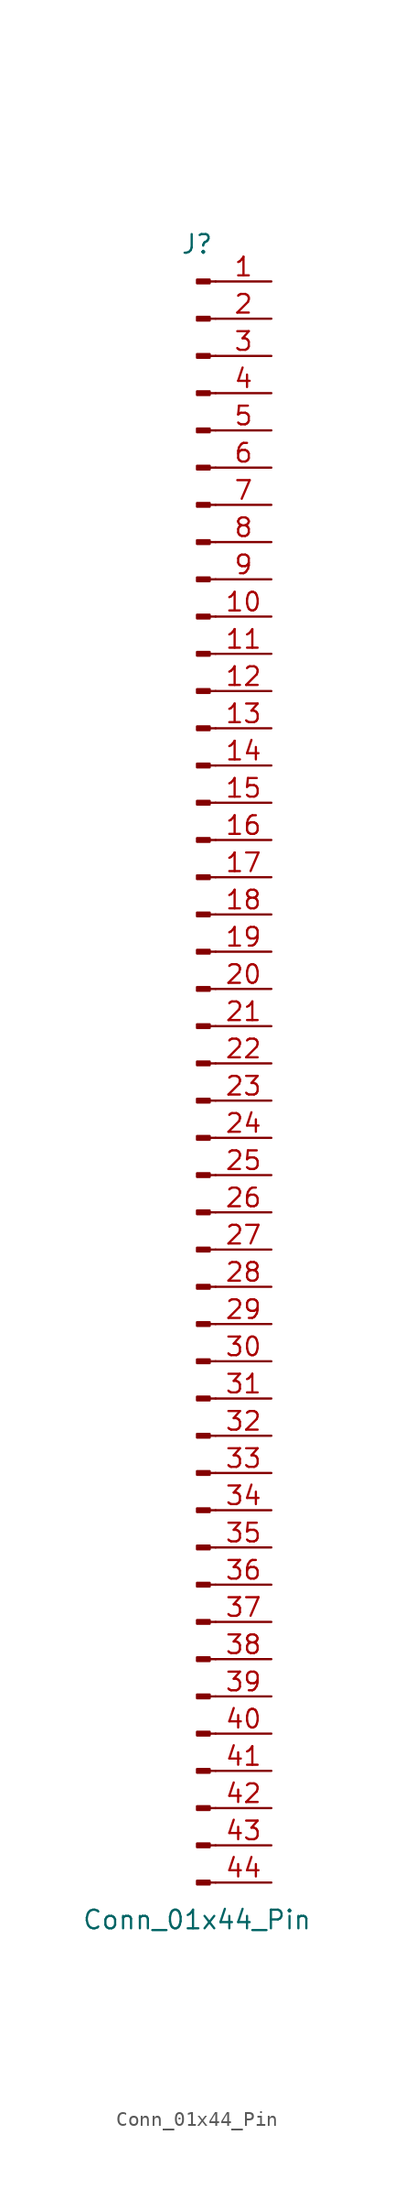
<source format=kicad_sym>
(kicad_symbol_lib
  (version 20241209)
  (generator "kicad_symbol_editor")
  (generator_version "9.0")
  (symbol "Conn_01x44_Pin"
    (pin_names
      (offset 1.016)
      (hide yes))
    (property "Reference" "J"
      (at 0 55.88 0)
      (effects (font (size 1.27 1.27))))
    (property "Value" "Conn_01x44_Pin"
      (at 0 -58.42 0)
      (effects (font (size 1.27 1.27))))
    (property "ki_locked" ""
      (at 0 0 0)
      (effects (font (size 1.27 1.27))))
    (symbol "Conn_01x44_Pin_1_1"
      (rectangle (start 0.864 53.467) (end 0 53.213) (stroke (width 0.152) (type default)) (fill (type outline)))
      (rectangle (start 0.864 50.927) (end 0 50.673) (stroke (width 0.152) (type default)) (fill (type outline)))
      (rectangle (start 0.864 48.387) (end 0 48.133) (stroke (width 0.152) (type default)) (fill (type outline)))
      (rectangle (start 0.864 45.847) (end 0 45.593) (stroke (width 0.152) (type default)) (fill (type outline)))
      (rectangle (start 0.864 43.307) (end 0 43.053) (stroke (width 0.152) (type default)) (fill (type outline)))
      (rectangle (start 0.864 40.767) (end 0 40.513) (stroke (width 0.152) (type default)) (fill (type outline)))
      (rectangle (start 0.864 38.227) (end 0 37.973) (stroke (width 0.152) (type default)) (fill (type outline)))
      (rectangle (start 0.864 35.687) (end 0 35.433) (stroke (width 0.152) (type default)) (fill (type outline)))
      (rectangle (start 0.864 33.147) (end 0 32.893) (stroke (width 0.152) (type default)) (fill (type outline)))
      (rectangle (start 0.864 30.607) (end 0 30.353) (stroke (width 0.152) (type default)) (fill (type outline)))
      (rectangle (start 0.864 28.067) (end 0 27.813) (stroke (width 0.152) (type default)) (fill (type outline)))
      (rectangle (start 0.864 25.527) (end 0 25.273) (stroke (width 0.152) (type default)) (fill (type outline)))
      (rectangle (start 0.864 22.987) (end 0 22.733) (stroke (width 0.152) (type default)) (fill (type outline)))
      (rectangle (start 0.864 20.447) (end 0 20.193) (stroke (width 0.152) (type default)) (fill (type outline)))
      (rectangle (start 0.864 17.907) (end 0 17.653) (stroke (width 0.152) (type default)) (fill (type outline)))
      (rectangle (start 0.864 15.367) (end 0 15.113) (stroke (width 0.152) (type default)) (fill (type outline)))
      (rectangle (start 0.864 12.827) (end 0 12.573) (stroke (width 0.152) (type default)) (fill (type outline)))
      (rectangle (start 0.864 10.287) (end 0 10.033) (stroke (width 0.152) (type default)) (fill (type outline)))
      (rectangle (start 0.864 7.747) (end 0 7.493) (stroke (width 0.152) (type default)) (fill (type outline)))
      (rectangle (start 0.864 5.207) (end 0 4.953) (stroke (width 0.152) (type default)) (fill (type outline)))
      (rectangle (start 0.864 2.667) (end 0 2.413) (stroke (width 0.152) (type default)) (fill (type outline)))
      (rectangle (start 0.864 0.127) (end 0 -0.127) (stroke (width 0.152) (type default)) (fill (type outline)))
      (rectangle (start 0.864 -2.413) (end 0 -2.667) (stroke (width 0.152) (type default)) (fill (type outline)))
      (rectangle (start 0.864 -4.953) (end 0 -5.207) (stroke (width 0.152) (type default)) (fill (type outline)))
      (rectangle (start 0.864 -7.493) (end 0 -7.747) (stroke (width 0.152) (type default)) (fill (type outline)))
      (rectangle (start 0.864 -10.033) (end 0 -10.287) (stroke (width 0.152) (type default)) (fill (type outline)))
      (rectangle (start 0.864 -12.573) (end 0 -12.827) (stroke (width 0.152) (type default)) (fill (type outline)))
      (rectangle (start 0.864 -15.113) (end 0 -15.367) (stroke (width 0.152) (type default)) (fill (type outline)))
      (rectangle (start 0.864 -17.653) (end 0 -17.907) (stroke (width 0.152) (type default)) (fill (type outline)))
      (rectangle (start 0.864 -20.193) (end 0 -20.447) (stroke (width 0.152) (type default)) (fill (type outline)))
      (rectangle (start 0.864 -22.733) (end 0 -22.987) (stroke (width 0.152) (type default)) (fill (type outline)))
      (rectangle (start 0.864 -25.273) (end 0 -25.527) (stroke (width 0.152) (type default)) (fill (type outline)))
      (rectangle (start 0.864 -27.813) (end 0 -28.067) (stroke (width 0.152) (type default)) (fill (type outline)))
      (rectangle (start 0.864 -30.353) (end 0 -30.607) (stroke (width 0.152) (type default)) (fill (type outline)))
      (rectangle (start 0.864 -32.893) (end 0 -33.147) (stroke (width 0.152) (type default)) (fill (type outline)))
      (rectangle (start 0.864 -35.433) (end 0 -35.687) (stroke (width 0.152) (type default)) (fill (type outline)))
      (rectangle (start 0.864 -37.973) (end 0 -38.227) (stroke (width 0.152) (type default)) (fill (type outline)))
      (rectangle (start 0.864 -40.513) (end 0 -40.767) (stroke (width 0.152) (type default)) (fill (type outline)))
      (rectangle (start 0.864 -43.053) (end 0 -43.307) (stroke (width 0.152) (type default)) (fill (type outline)))
      (rectangle (start 0.864 -45.593) (end 0 -45.847) (stroke (width 0.152) (type default)) (fill (type outline)))
      (rectangle (start 0.864 -48.133) (end 0 -48.387) (stroke (width 0.152) (type default)) (fill (type outline)))
      (rectangle (start 0.864 -50.673) (end 0 -50.927) (stroke (width 0.152) (type default)) (fill (type outline)))
      (rectangle (start 0.864 -53.213) (end 0 -53.467) (stroke (width 0.152) (type default)) (fill (type outline)))
      (rectangle (start 0.864 -55.753) (end 0 -56.007) (stroke (width 0.152) (type default)) (fill (type outline)))
      (polyline (pts (xy 1.27 53.34) (xy 0.864 53.34)) (stroke (width 0.152) (type default)) (fill (type none)))
      (polyline (pts (xy 1.27 50.8) (xy 0.864 50.8)) (stroke (width 0.152) (type default)) (fill (type none)))
      (polyline (pts (xy 1.27 48.26) (xy 0.864 48.26)) (stroke (width 0.152) (type default)) (fill (type none)))
      (polyline (pts (xy 1.27 45.72) (xy 0.864 45.72)) (stroke (width 0.152) (type default)) (fill (type none)))
      (polyline (pts (xy 1.27 43.18) (xy 0.864 43.18)) (stroke (width 0.152) (type default)) (fill (type none)))
      (polyline (pts (xy 1.27 40.64) (xy 0.864 40.64)) (stroke (width 0.152) (type default)) (fill (type none)))
      (polyline (pts (xy 1.27 38.1) (xy 0.864 38.1)) (stroke (width 0.152) (type default)) (fill (type none)))
      (polyline (pts (xy 1.27 35.56) (xy 0.864 35.56)) (stroke (width 0.152) (type default)) (fill (type none)))
      (polyline (pts (xy 1.27 33.02) (xy 0.864 33.02)) (stroke (width 0.152) (type default)) (fill (type none)))
      (polyline (pts (xy 1.27 30.48) (xy 0.864 30.48)) (stroke (width 0.152) (type default)) (fill (type none)))
      (polyline (pts (xy 1.27 27.94) (xy 0.864 27.94)) (stroke (width 0.152) (type default)) (fill (type none)))
      (polyline (pts (xy 1.27 25.4) (xy 0.864 25.4)) (stroke (width 0.152) (type default)) (fill (type none)))
      (polyline (pts (xy 1.27 22.86) (xy 0.864 22.86)) (stroke (width 0.152) (type default)) (fill (type none)))
      (polyline (pts (xy 1.27 20.32) (xy 0.864 20.32)) (stroke (width 0.152) (type default)) (fill (type none)))
      (polyline (pts (xy 1.27 17.78) (xy 0.864 17.78)) (stroke (width 0.152) (type default)) (fill (type none)))
      (polyline (pts (xy 1.27 15.24) (xy 0.864 15.24)) (stroke (width 0.152) (type default)) (fill (type none)))
      (polyline (pts (xy 1.27 12.7) (xy 0.864 12.7)) (stroke (width 0.152) (type default)) (fill (type none)))
      (polyline (pts (xy 1.27 10.16) (xy 0.864 10.16)) (stroke (width 0.152) (type default)) (fill (type none)))
      (polyline (pts (xy 1.27 7.62) (xy 0.864 7.62)) (stroke (width 0.152) (type default)) (fill (type none)))
      (polyline (pts (xy 1.27 5.08) (xy 0.864 5.08)) (stroke (width 0.152) (type default)) (fill (type none)))
      (polyline (pts (xy 1.27 2.54) (xy 0.864 2.54)) (stroke (width 0.152) (type default)) (fill (type none)))
      (polyline (pts (xy 1.27 0) (xy 0.864 0)) (stroke (width 0.152) (type default)) (fill (type none)))
      (polyline (pts (xy 1.27 -2.54) (xy 0.864 -2.54)) (stroke (width 0.152) (type default)) (fill (type none)))
      (polyline (pts (xy 1.27 -5.08) (xy 0.864 -5.08)) (stroke (width 0.152) (type default)) (fill (type none)))
      (polyline (pts (xy 1.27 -7.62) (xy 0.864 -7.62)) (stroke (width 0.152) (type default)) (fill (type none)))
      (polyline (pts (xy 1.27 -10.16) (xy 0.864 -10.16)) (stroke (width 0.152) (type default)) (fill (type none)))
      (polyline (pts (xy 1.27 -12.7) (xy 0.864 -12.7)) (stroke (width 0.152) (type default)) (fill (type none)))
      (polyline (pts (xy 1.27 -15.24) (xy 0.864 -15.24)) (stroke (width 0.152) (type default)) (fill (type none)))
      (polyline (pts (xy 1.27 -17.78) (xy 0.864 -17.78)) (stroke (width 0.152) (type default)) (fill (type none)))
      (polyline (pts (xy 1.27 -20.32) (xy 0.864 -20.32)) (stroke (width 0.152) (type default)) (fill (type none)))
      (polyline (pts (xy 1.27 -22.86) (xy 0.864 -22.86)) (stroke (width 0.152) (type default)) (fill (type none)))
      (polyline (pts (xy 1.27 -25.4) (xy 0.864 -25.4)) (stroke (width 0.152) (type default)) (fill (type none)))
      (polyline (pts (xy 1.27 -27.94) (xy 0.864 -27.94)) (stroke (width 0.152) (type default)) (fill (type none)))
      (polyline (pts (xy 1.27 -30.48) (xy 0.864 -30.48)) (stroke (width 0.152) (type default)) (fill (type none)))
      (polyline (pts (xy 1.27 -33.02) (xy 0.864 -33.02)) (stroke (width 0.152) (type default)) (fill (type none)))
      (polyline (pts (xy 1.27 -35.56) (xy 0.864 -35.56)) (stroke (width 0.152) (type default)) (fill (type none)))
      (polyline (pts (xy 1.27 -38.1) (xy 0.864 -38.1)) (stroke (width 0.152) (type default)) (fill (type none)))
      (polyline (pts (xy 1.27 -40.64) (xy 0.864 -40.64)) (stroke (width 0.152) (type default)) (fill (type none)))
      (polyline (pts (xy 1.27 -43.18) (xy 0.864 -43.18)) (stroke (width 0.152) (type default)) (fill (type none)))
      (polyline (pts (xy 1.27 -45.72) (xy 0.864 -45.72)) (stroke (width 0.152) (type default)) (fill (type none)))
      (polyline (pts (xy 1.27 -48.26) (xy 0.864 -48.26)) (stroke (width 0.152) (type default)) (fill (type none)))
      (polyline (pts (xy 1.27 -50.8) (xy 0.864 -50.8)) (stroke (width 0.152) (type default)) (fill (type none)))
      (polyline (pts (xy 1.27 -53.34) (xy 0.864 -53.34)) (stroke (width 0.152) (type default)) (fill (type none)))
      (polyline (pts (xy 1.27 -55.88) (xy 0.864 -55.88)) (stroke (width 0.152) (type default)) (fill (type none)))
      (pin passive line (at 5.08 53.34 180) (length 3.81) (name "Pin_1" (effects (font (size 1.27 1.27)))) (number "1" (effects (font (size 1.27 1.27)))))
      (pin passive line (at 5.08 50.8 180) (length 3.81) (name "Pin_2" (effects (font (size 1.27 1.27)))) (number "2" (effects (font (size 1.27 1.27)))))
      (pin passive line (at 5.08 48.26 180) (length 3.81) (name "Pin_3" (effects (font (size 1.27 1.27)))) (number "3" (effects (font (size 1.27 1.27)))))
      (pin passive line (at 5.08 45.72 180) (length 3.81) (name "Pin_4" (effects (font (size 1.27 1.27)))) (number "4" (effects (font (size 1.27 1.27)))))
      (pin passive line (at 5.08 43.18 180) (length 3.81) (name "Pin_5" (effects (font (size 1.27 1.27)))) (number "5" (effects (font (size 1.27 1.27)))))
      (pin passive line (at 5.08 40.64 180) (length 3.81) (name "Pin_6" (effects (font (size 1.27 1.27)))) (number "6" (effects (font (size 1.27 1.27)))))
      (pin passive line (at 5.08 38.1 180) (length 3.81) (name "Pin_7" (effects (font (size 1.27 1.27)))) (number "7" (effects (font (size 1.27 1.27)))))
      (pin passive line (at 5.08 35.56 180) (length 3.81) (name "Pin_8" (effects (font (size 1.27 1.27)))) (number "8" (effects (font (size 1.27 1.27)))))
      (pin passive line (at 5.08 33.02 180) (length 3.81) (name "Pin_9" (effects (font (size 1.27 1.27)))) (number "9" (effects (font (size 1.27 1.27)))))
      (pin passive line (at 5.08 30.48 180) (length 3.81) (name "Pin_10" (effects (font (size 1.27 1.27)))) (number "10" (effects (font (size 1.27 1.27)))))
      (pin passive line (at 5.08 27.94 180) (length 3.81) (name "Pin_11" (effects (font (size 1.27 1.27)))) (number "11" (effects (font (size 1.27 1.27)))))
      (pin passive line (at 5.08 25.4 180) (length 3.81) (name "Pin_12" (effects (font (size 1.27 1.27)))) (number "12" (effects (font (size 1.27 1.27)))))
      (pin passive line (at 5.08 22.86 180) (length 3.81) (name "Pin_13" (effects (font (size 1.27 1.27)))) (number "13" (effects (font (size 1.27 1.27)))))
      (pin passive line (at 5.08 20.32 180) (length 3.81) (name "Pin_14" (effects (font (size 1.27 1.27)))) (number "14" (effects (font (size 1.27 1.27)))))
      (pin passive line (at 5.08 17.78 180) (length 3.81) (name "Pin_15" (effects (font (size 1.27 1.27)))) (number "15" (effects (font (size 1.27 1.27)))))
      (pin passive line (at 5.08 15.24 180) (length 3.81) (name "Pin_16" (effects (font (size 1.27 1.27)))) (number "16" (effects (font (size 1.27 1.27)))))
      (pin passive line (at 5.08 12.7 180) (length 3.81) (name "Pin_17" (effects (font (size 1.27 1.27)))) (number "17" (effects (font (size 1.27 1.27)))))
      (pin passive line (at 5.08 10.16 180) (length 3.81) (name "Pin_18" (effects (font (size 1.27 1.27)))) (number "18" (effects (font (size 1.27 1.27)))))
      (pin passive line (at 5.08 7.62 180) (length 3.81) (name "Pin_19" (effects (font (size 1.27 1.27)))) (number "19" (effects (font (size 1.27 1.27)))))
      (pin passive line (at 5.08 5.08 180) (length 3.81) (name "Pin_20" (effects (font (size 1.27 1.27)))) (number "20" (effects (font (size 1.27 1.27)))))
      (pin passive line (at 5.08 2.54 180) (length 3.81) (name "Pin_21" (effects (font (size 1.27 1.27)))) (number "21" (effects (font (size 1.27 1.27)))))
      (pin passive line (at 5.08 0 180) (length 3.81) (name "Pin_22" (effects (font (size 1.27 1.27)))) (number "22" (effects (font (size 1.27 1.27)))))
      (pin passive line (at 5.08 -2.54 180) (length 3.81) (name "Pin_23" (effects (font (size 1.27 1.27)))) (number "23" (effects (font (size 1.27 1.27)))))
      (pin passive line (at 5.08 -5.08 180) (length 3.81) (name "Pin_24" (effects (font (size 1.27 1.27)))) (number "24" (effects (font (size 1.27 1.27)))))
      (pin passive line (at 5.08 -7.62 180) (length 3.81) (name "Pin_25" (effects (font (size 1.27 1.27)))) (number "25" (effects (font (size 1.27 1.27)))))
      (pin passive line (at 5.08 -10.16 180) (length 3.81) (name "Pin_26" (effects (font (size 1.27 1.27)))) (number "26" (effects (font (size 1.27 1.27)))))
      (pin passive line (at 5.08 -12.7 180) (length 3.81) (name "Pin_27" (effects (font (size 1.27 1.27)))) (number "27" (effects (font (size 1.27 1.27)))))
      (pin passive line (at 5.08 -15.24 180) (length 3.81) (name "Pin_28" (effects (font (size 1.27 1.27)))) (number "28" (effects (font (size 1.27 1.27)))))
      (pin passive line (at 5.08 -17.78 180) (length 3.81) (name "Pin_29" (effects (font (size 1.27 1.27)))) (number "29" (effects (font (size 1.27 1.27)))))
      (pin passive line (at 5.08 -20.32 180) (length 3.81) (name "Pin_30" (effects (font (size 1.27 1.27)))) (number "30" (effects (font (size 1.27 1.27)))))
      (pin passive line (at 5.08 -22.86 180) (length 3.81) (name "Pin_31" (effects (font (size 1.27 1.27)))) (number "31" (effects (font (size 1.27 1.27)))))
      (pin passive line (at 5.08 -25.4 180) (length 3.81) (name "Pin_32" (effects (font (size 1.27 1.27)))) (number "32" (effects (font (size 1.27 1.27)))))
      (pin passive line (at 5.08 -27.94 180) (length 3.81) (name "Pin_33" (effects (font (size 1.27 1.27)))) (number "33" (effects (font (size 1.27 1.27)))))
      (pin passive line (at 5.08 -30.48 180) (length 3.81) (name "Pin_34" (effects (font (size 1.27 1.27)))) (number "34" (effects (font (size 1.27 1.27)))))
      (pin passive line (at 5.08 -33.02 180) (length 3.81) (name "Pin_35" (effects (font (size 1.27 1.27)))) (number "35" (effects (font (size 1.27 1.27)))))
      (pin passive line (at 5.08 -35.56 180) (length 3.81) (name "Pin_36" (effects (font (size 1.27 1.27)))) (number "36" (effects (font (size 1.27 1.27)))))
      (pin passive line (at 5.08 -38.1 180) (length 3.81) (name "Pin_37" (effects (font (size 1.27 1.27)))) (number "37" (effects (font (size 1.27 1.27)))))
      (pin passive line (at 5.08 -40.64 180) (length 3.81) (name "Pin_38" (effects (font (size 1.27 1.27)))) (number "38" (effects (font (size 1.27 1.27)))))
      (pin passive line (at 5.08 -43.18 180) (length 3.81) (name "Pin_39" (effects (font (size 1.27 1.27)))) (number "39" (effects (font (size 1.27 1.27)))))
      (pin passive line (at 5.08 -45.72 180) (length 3.81) (name "Pin_40" (effects (font (size 1.27 1.27)))) (number "40" (effects (font (size 1.27 1.27)))))
      (pin passive line (at 5.08 -48.26 180) (length 3.81) (name "Pin_41" (effects (font (size 1.27 1.27)))) (number "41" (effects (font (size 1.27 1.27)))))
      (pin passive line (at 5.08 -50.8 180) (length 3.81) (name "Pin_42" (effects (font (size 1.27 1.27)))) (number "42" (effects (font (size 1.27 1.27)))))
      (pin passive line (at 5.08 -53.34 180) (length 3.81) (name "Pin_43" (effects (font (size 1.27 1.27)))) (number "43" (effects (font (size 1.27 1.27)))))
      (pin passive line (at 5.08 -55.88 180) (length 3.81) (name "Pin_44" (effects (font (size 1.27 1.27)))) (number "44" (effects (font (size 1.27 1.27))))))))
</source>
